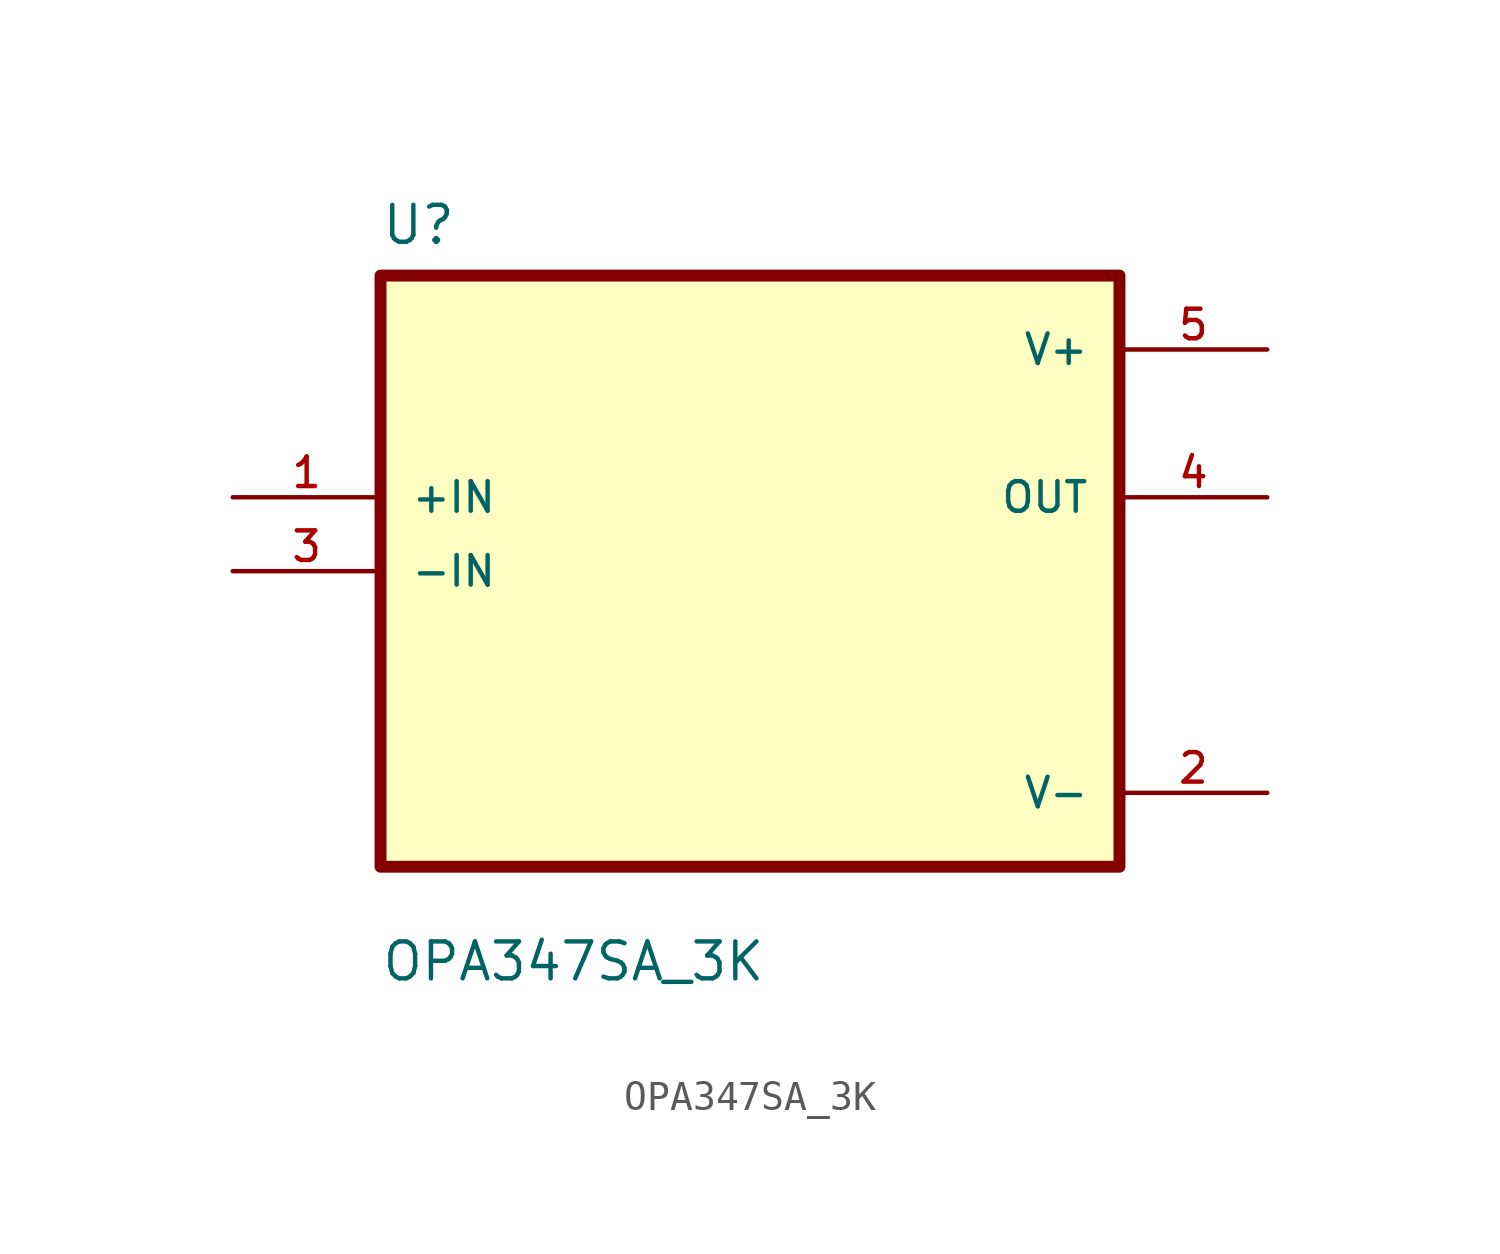
<source format=kicad_sym>
(kicad_symbol_lib
  (version 20211014)
  (generator kicad_symbol_editor)
  (symbol "OPA347SA_3K"
    (pin_names
      (offset 1.016))
    (property "Reference" "U"
      (at -12.7 11.16 0.0)
      (effects (font (size 1.27 1.27)) (justify bottom left)))
    (property "Value" "OPA347SA_3K"
      (at -12.7 -14.16 0.0)
      (effects (font (size 1.27 1.27)) (justify bottom left)))
    (symbol "OPA347SA_3K_0_0"
      (rectangle (start -12.7 -10.16) (end 12.7 10.16) (stroke (width 0.41)) (fill (type background)))
      (pin input line (at -17.78 2.54 0) (length 5.08) (name "+IN" (effects (font (size 1.016 1.016)))) (number "1" (effects (font (size 1.016 1.016)))))
      (pin input line (at -17.78 0.0 0) (length 5.08) (name "-IN" (effects (font (size 1.016 1.016)))) (number "3" (effects (font (size 1.016 1.016)))))
      (pin power_in line (at 17.78 7.62 180.0) (length 5.08) (name "V+" (effects (font (size 1.016 1.016)))) (number "5" (effects (font (size 1.016 1.016)))))
      (pin output line (at 17.78 2.54 180.0) (length 5.08) (name "OUT" (effects (font (size 1.016 1.016)))) (number "4" (effects (font (size 1.016 1.016)))))
      (pin power_in line (at 17.78 -7.62 180.0) (length 5.08) (name "V-" (effects (font (size 1.016 1.016)))) (number "2" (effects (font (size 1.016 1.016))))))))
</source>
